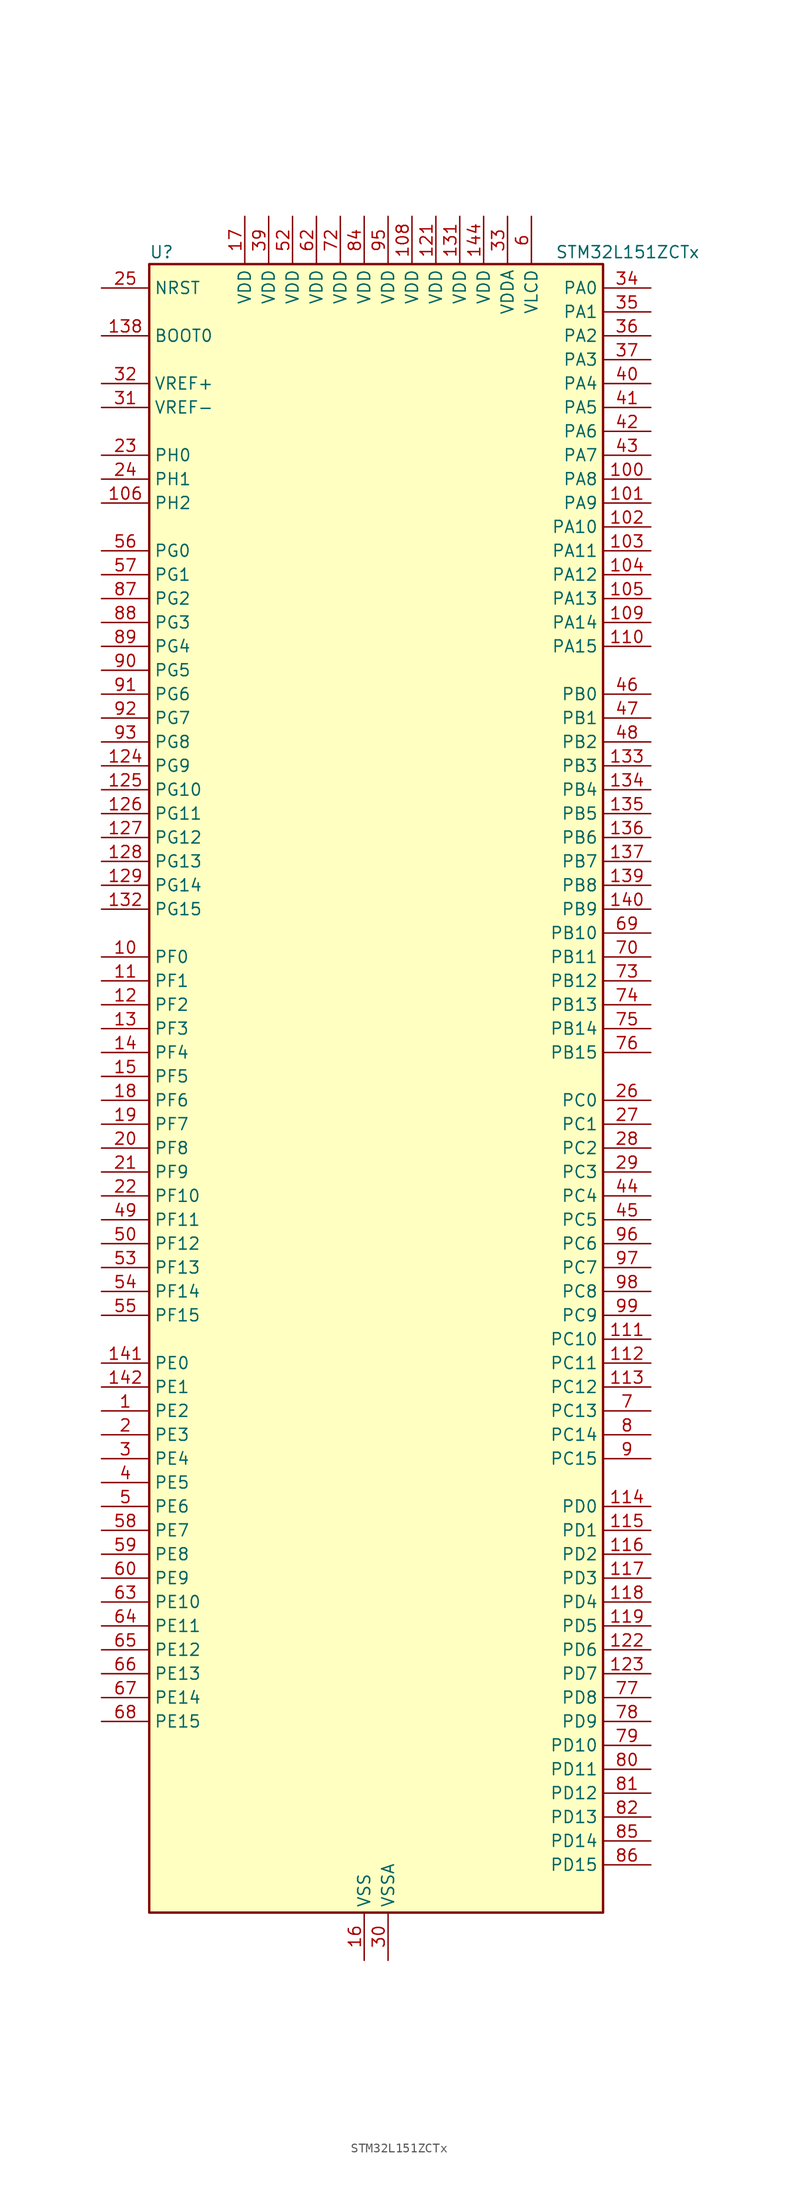
<source format=kicad_sym>
(kicad_symbol_lib
  (version 20231120)
  (generator "kicad-library-utils")
  (generator_version "8.0")
  (symbol "STM32L151ZCTx"
    (property "Reference" "U"
      (at -22.86 90.17 0)
      (effects (font (size 1.27 1.27)) (justify left)))
    (property "Value" "STM32L151ZCTx"
      (at 20.32 90.17 0)
      (effects (font (size 1.27 1.27)) (justify left)))
    (symbol "STM32L151ZCTx_0_1"
      (rectangle (start -22.86 -86.36) (end 25.4 88.9) (stroke (width 0.254) (type default)) (fill (type background))))
    (symbol "STM32L151ZCTx_1_1"
      (pin bidirectional line (at -27.94 -33.02 0) (length 5.08) (name "PE2" (effects (font (size 1.27 1.27)))) (number "1" (effects (font (size 1.27 1.27)))) (alternate "SYS_TRACECK" bidirectional line) (alternate "TIM3_ETR" bidirectional line) (alternate "TIMX_IC3" bidirectional line))
      (pin bidirectional line (at -27.94 15.24 0) (length 5.08) (name "PF0" (effects (font (size 1.27 1.27)))) (number "10" (effects (font (size 1.27 1.27)))))
      (pin bidirectional line (at 30.48 66.04 180) (length 5.08) (name "PA8" (effects (font (size 1.27 1.27)))) (number "100" (effects (font (size 1.27 1.27)))) (alternate "RCC_MCO" bidirectional line) (alternate "TIMX_IC1" bidirectional line) (alternate "TS_G4_IO1" bidirectional line) (alternate "USART1_CK" bidirectional line))
      (pin bidirectional line (at 30.48 63.5 180) (length 5.08) (name "PA9" (effects (font (size 1.27 1.27)))) (number "101" (effects (font (size 1.27 1.27)))) (alternate "DAC_EXTI9" bidirectional line) (alternate "TIMX_IC2" bidirectional line) (alternate "TS_G4_IO2" bidirectional line) (alternate "USART1_TX" bidirectional line))
      (pin bidirectional line (at 30.48 60.96 180) (length 5.08) (name "PA10" (effects (font (size 1.27 1.27)))) (number "102" (effects (font (size 1.27 1.27)))) (alternate "TIMX_IC3" bidirectional line) (alternate "TS_G4_IO3" bidirectional line) (alternate "USART1_RX" bidirectional line))
      (pin bidirectional line (at 30.48 58.42 180) (length 5.08) (name "PA11" (effects (font (size 1.27 1.27)))) (number "103" (effects (font (size 1.27 1.27)))) (alternate "ADC_EXTI11" bidirectional line) (alternate "SPI1_MISO" bidirectional line) (alternate "TIMX_IC4" bidirectional line) (alternate "USART1_CTS" bidirectional line) (alternate "USB_DM" bidirectional line))
      (pin bidirectional line (at 30.48 55.88 180) (length 5.08) (name "PA12" (effects (font (size 1.27 1.27)))) (number "104" (effects (font (size 1.27 1.27)))) (alternate "SPI1_MOSI" bidirectional line) (alternate "TIMX_IC1" bidirectional line) (alternate "USART1_RTS" bidirectional line) (alternate "USB_DP" bidirectional line))
      (pin bidirectional line (at 30.48 53.34 180) (length 5.08) (name "PA13" (effects (font (size 1.27 1.27)))) (number "105" (effects (font (size 1.27 1.27)))) (alternate "SYS_JTMS-SWDIO" bidirectional line) (alternate "TIMX_IC2" bidirectional line) (alternate "TS_G5_IO1" bidirectional line))
      (pin bidirectional line (at -27.94 63.5 0) (length 5.08) (name "PH2" (effects (font (size 1.27 1.27)))) (number "106" (effects (font (size 1.27 1.27)))))
      (pin passive line (at 0 -91.44 90) (length 5.08) hide (name "VSS" (effects (font (size 1.27 1.27)))) (number "107" (effects (font (size 1.27 1.27)))))
      (pin power_in line (at 5.08 93.98 270) (length 5.08) (name "VDD" (effects (font (size 1.27 1.27)))) (number "108" (effects (font (size 1.27 1.27)))))
      (pin bidirectional line (at 30.48 50.8 180) (length 5.08) (name "PA14" (effects (font (size 1.27 1.27)))) (number "109" (effects (font (size 1.27 1.27)))) (alternate "SYS_JTCK-SWCLK" bidirectional line) (alternate "TIMX_IC3" bidirectional line) (alternate "TS_G5_IO2" bidirectional line))
      (pin bidirectional line (at -27.94 12.7 0) (length 5.08) (name "PF1" (effects (font (size 1.27 1.27)))) (number "11" (effects (font (size 1.27 1.27)))))
      (pin bidirectional line (at 30.48 48.26 180) (length 5.08) (name "PA15" (effects (font (size 1.27 1.27)))) (number "110" (effects (font (size 1.27 1.27)))) (alternate "ADC_EXTI15" bidirectional line) (alternate "I2S3_WS" bidirectional line) (alternate "SPI1_NSS" bidirectional line) (alternate "SPI3_NSS" bidirectional line) (alternate "SYS_JTDI" bidirectional line) (alternate "TIM2_CH1" bidirectional line) (alternate "TIM2_ETR" bidirectional line) (alternate "TIMX_IC4" bidirectional line) (alternate "TS_G5_IO3" bidirectional line))
      (pin bidirectional line (at 30.48 -25.4 180) (length 5.08) (name "PC10" (effects (font (size 1.27 1.27)))) (number "111" (effects (font (size 1.27 1.27)))) (alternate "I2S3_CK" bidirectional line) (alternate "SPI3_SCK" bidirectional line) (alternate "TIMX_IC3" bidirectional line) (alternate "USART3_TX" bidirectional line))
      (pin bidirectional line (at 30.48 -27.94 180) (length 5.08) (name "PC11" (effects (font (size 1.27 1.27)))) (number "112" (effects (font (size 1.27 1.27)))) (alternate "ADC_EXTI11" bidirectional line) (alternate "SPI3_MISO" bidirectional line) (alternate "TIMX_IC4" bidirectional line) (alternate "USART3_RX" bidirectional line))
      (pin bidirectional line (at 30.48 -30.48 180) (length 5.08) (name "PC12" (effects (font (size 1.27 1.27)))) (number "113" (effects (font (size 1.27 1.27)))) (alternate "I2S3_SD" bidirectional line) (alternate "SPI3_MOSI" bidirectional line) (alternate "TIMX_IC1" bidirectional line) (alternate "USART3_CK" bidirectional line))
      (pin bidirectional line (at 30.48 -43.18 180) (length 5.08) (name "PD0" (effects (font (size 1.27 1.27)))) (number "114" (effects (font (size 1.27 1.27)))) (alternate "I2S2_WS" bidirectional line) (alternate "SPI2_NSS" bidirectional line) (alternate "TIM9_CH1" bidirectional line) (alternate "TIMX_IC1" bidirectional line))
      (pin bidirectional line (at 30.48 -45.72 180) (length 5.08) (name "PD1" (effects (font (size 1.27 1.27)))) (number "115" (effects (font (size 1.27 1.27)))) (alternate "I2S2_CK" bidirectional line) (alternate "SPI2_SCK" bidirectional line) (alternate "TIMX_IC2" bidirectional line))
      (pin bidirectional line (at 30.48 -48.26 180) (length 5.08) (name "PD2" (effects (font (size 1.27 1.27)))) (number "116" (effects (font (size 1.27 1.27)))) (alternate "TIM3_ETR" bidirectional line) (alternate "TIMX_IC3" bidirectional line))
      (pin bidirectional line (at 30.48 -50.8 180) (length 5.08) (name "PD3" (effects (font (size 1.27 1.27)))) (number "117" (effects (font (size 1.27 1.27)))) (alternate "SPI2_MISO" bidirectional line) (alternate "TIMX_IC4" bidirectional line) (alternate "USART2_CTS" bidirectional line))
      (pin bidirectional line (at 30.48 -53.34 180) (length 5.08) (name "PD4" (effects (font (size 1.27 1.27)))) (number "118" (effects (font (size 1.27 1.27)))) (alternate "I2S2_SD" bidirectional line) (alternate "SPI2_MOSI" bidirectional line) (alternate "TIMX_IC1" bidirectional line) (alternate "USART2_RTS" bidirectional line))
      (pin bidirectional line (at 30.48 -55.88 180) (length 5.08) (name "PD5" (effects (font (size 1.27 1.27)))) (number "119" (effects (font (size 1.27 1.27)))) (alternate "TIMX_IC2" bidirectional line) (alternate "USART2_TX" bidirectional line))
      (pin bidirectional line (at -27.94 10.16 0) (length 5.08) (name "PF2" (effects (font (size 1.27 1.27)))) (number "12" (effects (font (size 1.27 1.27)))))
      (pin passive line (at 0 -91.44 90) (length 5.08) hide (name "VSS" (effects (font (size 1.27 1.27)))) (number "120" (effects (font (size 1.27 1.27)))))
      (pin power_in line (at 7.62 93.98 270) (length 5.08) (name "VDD" (effects (font (size 1.27 1.27)))) (number "121" (effects (font (size 1.27 1.27)))))
      (pin bidirectional line (at 30.48 -58.42 180) (length 5.08) (name "PD6" (effects (font (size 1.27 1.27)))) (number "122" (effects (font (size 1.27 1.27)))) (alternate "TIMX_IC3" bidirectional line) (alternate "USART2_RX" bidirectional line))
      (pin bidirectional line (at 30.48 -60.96 180) (length 5.08) (name "PD7" (effects (font (size 1.27 1.27)))) (number "123" (effects (font (size 1.27 1.27)))) (alternate "TIM9_CH2" bidirectional line) (alternate "TIMX_IC4" bidirectional line) (alternate "USART2_CK" bidirectional line))
      (pin bidirectional line (at -27.94 35.56 0) (length 5.08) (name "PG9" (effects (font (size 1.27 1.27)))) (number "124" (effects (font (size 1.27 1.27)))) (alternate "DAC_EXTI9" bidirectional line))
      (pin bidirectional line (at -27.94 33.02 0) (length 5.08) (name "PG10" (effects (font (size 1.27 1.27)))) (number "125" (effects (font (size 1.27 1.27)))))
      (pin bidirectional line (at -27.94 30.48 0) (length 5.08) (name "PG11" (effects (font (size 1.27 1.27)))) (number "126" (effects (font (size 1.27 1.27)))) (alternate "ADC_EXTI11" bidirectional line))
      (pin bidirectional line (at -27.94 27.94 0) (length 5.08) (name "PG12" (effects (font (size 1.27 1.27)))) (number "127" (effects (font (size 1.27 1.27)))))
      (pin bidirectional line (at -27.94 25.4 0) (length 5.08) (name "PG13" (effects (font (size 1.27 1.27)))) (number "128" (effects (font (size 1.27 1.27)))))
      (pin bidirectional line (at -27.94 22.86 0) (length 5.08) (name "PG14" (effects (font (size 1.27 1.27)))) (number "129" (effects (font (size 1.27 1.27)))))
      (pin bidirectional line (at -27.94 7.62 0) (length 5.08) (name "PF3" (effects (font (size 1.27 1.27)))) (number "13" (effects (font (size 1.27 1.27)))))
      (pin passive line (at 0 -91.44 90) (length 5.08) hide (name "VSS" (effects (font (size 1.27 1.27)))) (number "130" (effects (font (size 1.27 1.27)))))
      (pin power_in line (at 10.16 93.98 270) (length 5.08) (name "VDD" (effects (font (size 1.27 1.27)))) (number "131" (effects (font (size 1.27 1.27)))))
      (pin bidirectional line (at -27.94 20.32 0) (length 5.08) (name "PG15" (effects (font (size 1.27 1.27)))) (number "132" (effects (font (size 1.27 1.27)))) (alternate "ADC_EXTI15" bidirectional line))
      (pin bidirectional line (at 30.48 35.56 180) (length 5.08) (name "PB3" (effects (font (size 1.27 1.27)))) (number "133" (effects (font (size 1.27 1.27)))) (alternate "COMP2_INM" bidirectional line) (alternate "I2S3_CK" bidirectional line) (alternate "SPI1_SCK" bidirectional line) (alternate "SPI3_SCK" bidirectional line) (alternate "SYS_JTDO-TRACESWO" bidirectional line) (alternate "TIM2_CH2" bidirectional line))
      (pin bidirectional line (at 30.48 33.02 180) (length 5.08) (name "PB4" (effects (font (size 1.27 1.27)))) (number "134" (effects (font (size 1.27 1.27)))) (alternate "COMP2_INP" bidirectional line) (alternate "SPI1_MISO" bidirectional line) (alternate "SPI3_MISO" bidirectional line) (alternate "SYS_JTRST" bidirectional line) (alternate "TIM3_CH1" bidirectional line) (alternate "TS_G6_IO1" bidirectional line))
      (pin bidirectional line (at 30.48 30.48 180) (length 5.08) (name "PB5" (effects (font (size 1.27 1.27)))) (number "135" (effects (font (size 1.27 1.27)))) (alternate "COMP2_INP" bidirectional line) (alternate "I2C1_SMBA" bidirectional line) (alternate "I2S3_SD" bidirectional line) (alternate "SPI1_MOSI" bidirectional line) (alternate "SPI3_MOSI" bidirectional line) (alternate "TIM3_CH2" bidirectional line) (alternate "TS_G6_IO2" bidirectional line))
      (pin bidirectional line (at 30.48 27.94 180) (length 5.08) (name "PB6" (effects (font (size 1.27 1.27)))) (number "136" (effects (font (size 1.27 1.27)))) (alternate "COMP2_INP" bidirectional line) (alternate "I2C1_SCL" bidirectional line) (alternate "TIM4_CH1" bidirectional line) (alternate "TS_G6_IO3" bidirectional line) (alternate "USART1_TX" bidirectional line))
      (pin bidirectional line (at 30.48 25.4 180) (length 5.08) (name "PB7" (effects (font (size 1.27 1.27)))) (number "137" (effects (font (size 1.27 1.27)))) (alternate "COMP2_INP" bidirectional line) (alternate "I2C1_SDA" bidirectional line) (alternate "SYS_PVD_IN" bidirectional line) (alternate "TIM4_CH2" bidirectional line) (alternate "TS_G6_IO4" bidirectional line) (alternate "USART1_RX" bidirectional line))
      (pin input line (at -27.94 81.28 0) (length 5.08) (name "BOOT0" (effects (font (size 1.27 1.27)))) (number "138" (effects (font (size 1.27 1.27)))))
      (pin bidirectional line (at 30.48 22.86 180) (length 5.08) (name "PB8" (effects (font (size 1.27 1.27)))) (number "139" (effects (font (size 1.27 1.27)))) (alternate "I2C1_SCL" bidirectional line) (alternate "TIM10_CH1" bidirectional line) (alternate "TIM4_CH3" bidirectional line))
      (pin bidirectional line (at -27.94 5.08 0) (length 5.08) (name "PF4" (effects (font (size 1.27 1.27)))) (number "14" (effects (font (size 1.27 1.27)))))
      (pin bidirectional line (at 30.48 20.32 180) (length 5.08) (name "PB9" (effects (font (size 1.27 1.27)))) (number "140" (effects (font (size 1.27 1.27)))) (alternate "DAC_EXTI9" bidirectional line) (alternate "I2C1_SDA" bidirectional line) (alternate "TIM11_CH1" bidirectional line) (alternate "TIM4_CH4" bidirectional line))
      (pin bidirectional line (at -27.94 -27.94 0) (length 5.08) (name "PE0" (effects (font (size 1.27 1.27)))) (number "141" (effects (font (size 1.27 1.27)))) (alternate "TIM10_CH1" bidirectional line) (alternate "TIM4_ETR" bidirectional line) (alternate "TIMX_IC1" bidirectional line))
      (pin bidirectional line (at -27.94 -30.48 0) (length 5.08) (name "PE1" (effects (font (size 1.27 1.27)))) (number "142" (effects (font (size 1.27 1.27)))) (alternate "TIM11_CH1" bidirectional line) (alternate "TIMX_IC2" bidirectional line))
      (pin passive line (at 0 -91.44 90) (length 5.08) hide (name "VSS" (effects (font (size 1.27 1.27)))) (number "143" (effects (font (size 1.27 1.27)))))
      (pin power_in line (at 12.7 93.98 270) (length 5.08) (name "VDD" (effects (font (size 1.27 1.27)))) (number "144" (effects (font (size 1.27 1.27)))))
      (pin bidirectional line (at -27.94 2.54 0) (length 5.08) (name "PF5" (effects (font (size 1.27 1.27)))) (number "15" (effects (font (size 1.27 1.27)))))
      (pin power_in line (at 0 -91.44 90) (length 5.08) (name "VSS" (effects (font (size 1.27 1.27)))) (number "16" (effects (font (size 1.27 1.27)))))
      (pin power_in line (at -12.7 93.98 270) (length 5.08) (name "VDD" (effects (font (size 1.27 1.27)))) (number "17" (effects (font (size 1.27 1.27)))))
      (pin bidirectional line (at -27.94 0 0) (length 5.08) (name "PF6" (effects (font (size 1.27 1.27)))) (number "18" (effects (font (size 1.27 1.27)))) (alternate "ADC_IN27" bidirectional line) (alternate "TIM5_CH1" bidirectional line) (alternate "TIM5_ETR" bidirectional line) (alternate "TS_G11_IO1" bidirectional line))
      (pin bidirectional line (at -27.94 -2.54 0) (length 5.08) (name "PF7" (effects (font (size 1.27 1.27)))) (number "19" (effects (font (size 1.27 1.27)))) (alternate "ADC_IN28" bidirectional line) (alternate "COMP1_INP" bidirectional line) (alternate "TIM5_CH2" bidirectional line) (alternate "TS_G11_IO2" bidirectional line))
      (pin bidirectional line (at -27.94 -35.56 0) (length 5.08) (name "PE3" (effects (font (size 1.27 1.27)))) (number "2" (effects (font (size 1.27 1.27)))) (alternate "SYS_TRACED0" bidirectional line) (alternate "TIM3_CH1" bidirectional line) (alternate "TIMX_IC4" bidirectional line))
      (pin bidirectional line (at -27.94 -5.08 0) (length 5.08) (name "PF8" (effects (font (size 1.27 1.27)))) (number "20" (effects (font (size 1.27 1.27)))) (alternate "ADC_IN29" bidirectional line) (alternate "COMP1_INP" bidirectional line) (alternate "TIM5_CH3" bidirectional line) (alternate "TS_G11_IO3" bidirectional line))
      (pin bidirectional line (at -27.94 -7.62 0) (length 5.08) (name "PF9" (effects (font (size 1.27 1.27)))) (number "21" (effects (font (size 1.27 1.27)))) (alternate "ADC_IN30" bidirectional line) (alternate "COMP1_INP" bidirectional line) (alternate "DAC_EXTI9" bidirectional line) (alternate "TIM5_CH4" bidirectional line) (alternate "TS_G11_IO4" bidirectional line))
      (pin bidirectional line (at -27.94 -10.16 0) (length 5.08) (name "PF10" (effects (font (size 1.27 1.27)))) (number "22" (effects (font (size 1.27 1.27)))) (alternate "ADC_IN31" bidirectional line) (alternate "COMP1_INP" bidirectional line) (alternate "TS_G11_IO5" bidirectional line))
      (pin bidirectional line (at -27.94 68.58 0) (length 5.08) (name "PH0" (effects (font (size 1.27 1.27)))) (number "23" (effects (font (size 1.27 1.27)))) (alternate "RCC_OSC_IN" bidirectional line))
      (pin bidirectional line (at -27.94 66.04 0) (length 5.08) (name "PH1" (effects (font (size 1.27 1.27)))) (number "24" (effects (font (size 1.27 1.27)))) (alternate "RCC_OSC_OUT" bidirectional line))
      (pin input line (at -27.94 86.36 0) (length 5.08) (name "NRST" (effects (font (size 1.27 1.27)))) (number "25" (effects (font (size 1.27 1.27)))))
      (pin bidirectional line (at 30.48 0 180) (length 5.08) (name "PC0" (effects (font (size 1.27 1.27)))) (number "26" (effects (font (size 1.27 1.27)))) (alternate "ADC_IN10" bidirectional line) (alternate "COMP1_INP" bidirectional line) (alternate "TIMX_IC1" bidirectional line) (alternate "TS_G8_IO1" bidirectional line))
      (pin bidirectional line (at 30.48 -2.54 180) (length 5.08) (name "PC1" (effects (font (size 1.27 1.27)))) (number "27" (effects (font (size 1.27 1.27)))) (alternate "ADC_IN11" bidirectional line) (alternate "COMP1_INP" bidirectional line) (alternate "TIMX_IC2" bidirectional line) (alternate "TS_G8_IO2" bidirectional line))
      (pin bidirectional line (at 30.48 -5.08 180) (length 5.08) (name "PC2" (effects (font (size 1.27 1.27)))) (number "28" (effects (font (size 1.27 1.27)))) (alternate "ADC_IN12" bidirectional line) (alternate "COMP1_INP" bidirectional line) (alternate "TIMX_IC3" bidirectional line) (alternate "TS_G8_IO3" bidirectional line))
      (pin bidirectional line (at 30.48 -7.62 180) (length 5.08) (name "PC3" (effects (font (size 1.27 1.27)))) (number "29" (effects (font (size 1.27 1.27)))) (alternate "ADC_IN13" bidirectional line) (alternate "COMP1_INP" bidirectional line) (alternate "TIMX_IC4" bidirectional line) (alternate "TS_G8_IO4" bidirectional line))
      (pin bidirectional line (at -27.94 -38.1 0) (length 5.08) (name "PE4" (effects (font (size 1.27 1.27)))) (number "3" (effects (font (size 1.27 1.27)))) (alternate "SYS_TRACED1" bidirectional line) (alternate "TIM3_CH2" bidirectional line) (alternate "TIMX_IC1" bidirectional line))
      (pin power_in line (at 2.54 -91.44 90) (length 5.08) (name "VSSA" (effects (font (size 1.27 1.27)))) (number "30" (effects (font (size 1.27 1.27)))))
      (pin input line (at -27.94 73.66 0) (length 5.08) (name "VREF-" (effects (font (size 1.27 1.27)))) (number "31" (effects (font (size 1.27 1.27)))))
      (pin input line (at -27.94 76.2 0) (length 5.08) (name "VREF+" (effects (font (size 1.27 1.27)))) (number "32" (effects (font (size 1.27 1.27)))))
      (pin power_in line (at 15.24 93.98 270) (length 5.08) (name "VDDA" (effects (font (size 1.27 1.27)))) (number "33" (effects (font (size 1.27 1.27)))))
      (pin bidirectional line (at 30.48 86.36 180) (length 5.08) (name "PA0" (effects (font (size 1.27 1.27)))) (number "34" (effects (font (size 1.27 1.27)))) (alternate "ADC_IN0" bidirectional line) (alternate "COMP1_INP" bidirectional line) (alternate "RTC_TAMP2" bidirectional line) (alternate "SYS_WKUP1" bidirectional line) (alternate "TIM2_CH1" bidirectional line) (alternate "TIM2_ETR" bidirectional line) (alternate "TIM5_CH1" bidirectional line) (alternate "TIMX_IC1" bidirectional line) (alternate "TS_G1_IO1" bidirectional line) (alternate "USART2_CTS" bidirectional line))
      (pin bidirectional line (at 30.48 83.82 180) (length 5.08) (name "PA1" (effects (font (size 1.27 1.27)))) (number "35" (effects (font (size 1.27 1.27)))) (alternate "ADC_IN1" bidirectional line) (alternate "COMP1_INP" bidirectional line) (alternate "OPAMP1_VINP" bidirectional line) (alternate "TIM2_CH2" bidirectional line) (alternate "TIM5_CH2" bidirectional line) (alternate "TIMX_IC2" bidirectional line) (alternate "TS_G1_IO2" bidirectional line) (alternate "USART2_RTS" bidirectional line))
      (pin bidirectional line (at 30.48 81.28 180) (length 5.08) (name "PA2" (effects (font (size 1.27 1.27)))) (number "36" (effects (font (size 1.27 1.27)))) (alternate "ADC_IN2" bidirectional line) (alternate "COMP1_INP" bidirectional line) (alternate "OPAMP1_VINM" bidirectional line) (alternate "TIM2_CH3" bidirectional line) (alternate "TIM5_CH3" bidirectional line) (alternate "TIM9_CH1" bidirectional line) (alternate "TIMX_IC3" bidirectional line) (alternate "TS_G1_IO3" bidirectional line) (alternate "USART2_TX" bidirectional line))
      (pin bidirectional line (at 30.48 78.74 180) (length 5.08) (name "PA3" (effects (font (size 1.27 1.27)))) (number "37" (effects (font (size 1.27 1.27)))) (alternate "ADC_IN3" bidirectional line) (alternate "COMP1_INP" bidirectional line) (alternate "OPAMP1_VOUT" bidirectional line) (alternate "TIM2_CH4" bidirectional line) (alternate "TIM5_CH4" bidirectional line) (alternate "TIM9_CH2" bidirectional line) (alternate "TIMX_IC4" bidirectional line) (alternate "TS_G1_IO4" bidirectional line) (alternate "USART2_RX" bidirectional line))
      (pin passive line (at 0 -91.44 90) (length 5.08) hide (name "VSS" (effects (font (size 1.27 1.27)))) (number "38" (effects (font (size 1.27 1.27)))))
      (pin power_in line (at -10.16 93.98 270) (length 5.08) (name "VDD" (effects (font (size 1.27 1.27)))) (number "39" (effects (font (size 1.27 1.27)))))
      (pin bidirectional line (at -27.94 -40.64 0) (length 5.08) (name "PE5" (effects (font (size 1.27 1.27)))) (number "4" (effects (font (size 1.27 1.27)))) (alternate "SYS_TRACED2" bidirectional line) (alternate "TIM9_CH1" bidirectional line) (alternate "TIMX_IC2" bidirectional line))
      (pin bidirectional line (at 30.48 76.2 180) (length 5.08) (name "PA4" (effects (font (size 1.27 1.27)))) (number "40" (effects (font (size 1.27 1.27)))) (alternate "ADC_IN4" bidirectional line) (alternate "COMP1_INP" bidirectional line) (alternate "DAC_OUT1" bidirectional line) (alternate "I2S3_WS" bidirectional line) (alternate "SPI1_NSS" bidirectional line) (alternate "SPI3_NSS" bidirectional line) (alternate "TIMX_IC1" bidirectional line) (alternate "USART2_CK" bidirectional line))
      (pin bidirectional line (at 30.48 73.66 180) (length 5.08) (name "PA5" (effects (font (size 1.27 1.27)))) (number "41" (effects (font (size 1.27 1.27)))) (alternate "ADC_IN5" bidirectional line) (alternate "COMP1_INP" bidirectional line) (alternate "DAC_OUT2" bidirectional line) (alternate "SPI1_SCK" bidirectional line) (alternate "TIM2_CH1" bidirectional line) (alternate "TIM2_ETR" bidirectional line) (alternate "TIMX_IC2" bidirectional line))
      (pin bidirectional line (at 30.48 71.12 180) (length 5.08) (name "PA6" (effects (font (size 1.27 1.27)))) (number "42" (effects (font (size 1.27 1.27)))) (alternate "ADC_IN6" bidirectional line) (alternate "COMP1_INP" bidirectional line) (alternate "OPAMP2_VINP" bidirectional line) (alternate "SPI1_MISO" bidirectional line) (alternate "TIM10_CH1" bidirectional line) (alternate "TIM3_CH1" bidirectional line) (alternate "TIMX_IC3" bidirectional line) (alternate "TS_G2_IO1" bidirectional line))
      (pin bidirectional line (at 30.48 68.58 180) (length 5.08) (name "PA7" (effects (font (size 1.27 1.27)))) (number "43" (effects (font (size 1.27 1.27)))) (alternate "ADC_IN7" bidirectional line) (alternate "COMP1_INP" bidirectional line) (alternate "OPAMP2_VINM" bidirectional line) (alternate "SPI1_MOSI" bidirectional line) (alternate "TIM11_CH1" bidirectional line) (alternate "TIM3_CH2" bidirectional line) (alternate "TIMX_IC4" bidirectional line) (alternate "TS_G2_IO2" bidirectional line))
      (pin bidirectional line (at 30.48 -10.16 180) (length 5.08) (name "PC4" (effects (font (size 1.27 1.27)))) (number "44" (effects (font (size 1.27 1.27)))) (alternate "ADC_IN14" bidirectional line) (alternate "COMP1_INP" bidirectional line) (alternate "TIMX_IC1" bidirectional line) (alternate "TS_G9_IO1" bidirectional line))
      (pin bidirectional line (at 30.48 -12.7 180) (length 5.08) (name "PC5" (effects (font (size 1.27 1.27)))) (number "45" (effects (font (size 1.27 1.27)))) (alternate "ADC_IN15" bidirectional line) (alternate "COMP1_INP" bidirectional line) (alternate "TIMX_IC2" bidirectional line) (alternate "TS_G9_IO2" bidirectional line))
      (pin bidirectional line (at 30.48 43.18 180) (length 5.08) (name "PB0" (effects (font (size 1.27 1.27)))) (number "46" (effects (font (size 1.27 1.27)))) (alternate "ADC_IN8" bidirectional line) (alternate "COMP1_INP" bidirectional line) (alternate "OPAMP2_VOUT" bidirectional line) (alternate "SYS_V_REF_OUT" bidirectional line) (alternate "TIM3_CH3" bidirectional line) (alternate "TS_G3_IO1" bidirectional line))
      (pin bidirectional line (at 30.48 40.64 180) (length 5.08) (name "PB1" (effects (font (size 1.27 1.27)))) (number "47" (effects (font (size 1.27 1.27)))) (alternate "ADC_IN9" bidirectional line) (alternate "COMP1_INP" bidirectional line) (alternate "SYS_V_REF_OUT" bidirectional line) (alternate "TIM3_CH4" bidirectional line) (alternate "TS_G3_IO2" bidirectional line))
      (pin bidirectional line (at 30.48 38.1 180) (length 5.08) (name "PB2" (effects (font (size 1.27 1.27)))) (number "48" (effects (font (size 1.27 1.27)))) (alternate "ADC_IN0b" bidirectional line) (alternate "TS_G3_IO3" bidirectional line))
      (pin bidirectional line (at -27.94 -12.7 0) (length 5.08) (name "PF11" (effects (font (size 1.27 1.27)))) (number "49" (effects (font (size 1.27 1.27)))) (alternate "ADC_EXTI11" bidirectional line) (alternate "ADC_IN1b" bidirectional line) (alternate "TS_G3_IO4" bidirectional line))
      (pin bidirectional line (at -27.94 -43.18 0) (length 5.08) (name "PE6" (effects (font (size 1.27 1.27)))) (number "5" (effects (font (size 1.27 1.27)))) (alternate "RTC_TAMP3" bidirectional line) (alternate "SYS_TRACED3" bidirectional line) (alternate "SYS_WKUP3" bidirectional line) (alternate "TIM9_CH2" bidirectional line) (alternate "TIMX_IC3" bidirectional line))
      (pin bidirectional line (at -27.94 -15.24 0) (length 5.08) (name "PF12" (effects (font (size 1.27 1.27)))) (number "50" (effects (font (size 1.27 1.27)))) (alternate "ADC_IN2b" bidirectional line) (alternate "TS_G3_IO5" bidirectional line))
      (pin passive line (at 0 -91.44 90) (length 5.08) hide (name "VSS" (effects (font (size 1.27 1.27)))) (number "51" (effects (font (size 1.27 1.27)))))
      (pin power_in line (at -7.62 93.98 270) (length 5.08) (name "VDD" (effects (font (size 1.27 1.27)))) (number "52" (effects (font (size 1.27 1.27)))))
      (pin bidirectional line (at -27.94 -17.78 0) (length 5.08) (name "PF13" (effects (font (size 1.27 1.27)))) (number "53" (effects (font (size 1.27 1.27)))) (alternate "ADC_IN3b" bidirectional line) (alternate "TS_G9_IO3" bidirectional line))
      (pin bidirectional line (at -27.94 -20.32 0) (length 5.08) (name "PF14" (effects (font (size 1.27 1.27)))) (number "54" (effects (font (size 1.27 1.27)))) (alternate "ADC_IN6b" bidirectional line) (alternate "TS_G9_IO4" bidirectional line))
      (pin bidirectional line (at -27.94 -22.86 0) (length 5.08) (name "PF15" (effects (font (size 1.27 1.27)))) (number "55" (effects (font (size 1.27 1.27)))) (alternate "ADC_EXTI15" bidirectional line) (alternate "ADC_IN7b" bidirectional line) (alternate "TS_G2_IO3" bidirectional line))
      (pin bidirectional line (at -27.94 58.42 0) (length 5.08) (name "PG0" (effects (font (size 1.27 1.27)))) (number "56" (effects (font (size 1.27 1.27)))) (alternate "ADC_IN8b" bidirectional line) (alternate "TS_G2_IO4" bidirectional line))
      (pin bidirectional line (at -27.94 55.88 0) (length 5.08) (name "PG1" (effects (font (size 1.27 1.27)))) (number "57" (effects (font (size 1.27 1.27)))) (alternate "ADC_IN9b" bidirectional line) (alternate "TS_G2_IO5" bidirectional line))
      (pin bidirectional line (at -27.94 -45.72 0) (length 5.08) (name "PE7" (effects (font (size 1.27 1.27)))) (number "58" (effects (font (size 1.27 1.27)))) (alternate "ADC_IN22" bidirectional line) (alternate "COMP1_INP" bidirectional line) (alternate "TIMX_IC4" bidirectional line))
      (pin bidirectional line (at -27.94 -48.26 0) (length 5.08) (name "PE8" (effects (font (size 1.27 1.27)))) (number "59" (effects (font (size 1.27 1.27)))) (alternate "ADC_IN23" bidirectional line) (alternate "COMP1_INP" bidirectional line) (alternate "TIMX_IC1" bidirectional line))
      (pin power_in line (at 17.78 93.98 270) (length 5.08) (name "VLCD" (effects (font (size 1.27 1.27)))) (number "6" (effects (font (size 1.27 1.27)))))
      (pin bidirectional line (at -27.94 -50.8 0) (length 5.08) (name "PE9" (effects (font (size 1.27 1.27)))) (number "60" (effects (font (size 1.27 1.27)))) (alternate "ADC_IN24" bidirectional line) (alternate "COMP1_INP" bidirectional line) (alternate "DAC_EXTI9" bidirectional line) (alternate "TIM2_CH1" bidirectional line) (alternate "TIM2_ETR" bidirectional line) (alternate "TIMX_IC2" bidirectional line))
      (pin passive line (at 0 -91.44 90) (length 5.08) hide (name "VSS" (effects (font (size 1.27 1.27)))) (number "61" (effects (font (size 1.27 1.27)))))
      (pin power_in line (at -5.08 93.98 270) (length 5.08) (name "VDD" (effects (font (size 1.27 1.27)))) (number "62" (effects (font (size 1.27 1.27)))))
      (pin bidirectional line (at -27.94 -53.34 0) (length 5.08) (name "PE10" (effects (font (size 1.27 1.27)))) (number "63" (effects (font (size 1.27 1.27)))) (alternate "ADC_IN25" bidirectional line) (alternate "COMP1_INP" bidirectional line) (alternate "TIM2_CH2" bidirectional line) (alternate "TIMX_IC3" bidirectional line))
      (pin bidirectional line (at -27.94 -55.88 0) (length 5.08) (name "PE11" (effects (font (size 1.27 1.27)))) (number "64" (effects (font (size 1.27 1.27)))) (alternate "ADC_EXTI11" bidirectional line) (alternate "TIM2_CH3" bidirectional line) (alternate "TIMX_IC4" bidirectional line))
      (pin bidirectional line (at -27.94 -58.42 0) (length 5.08) (name "PE12" (effects (font (size 1.27 1.27)))) (number "65" (effects (font (size 1.27 1.27)))) (alternate "SPI1_NSS" bidirectional line) (alternate "TIM2_CH4" bidirectional line) (alternate "TIMX_IC1" bidirectional line))
      (pin bidirectional line (at -27.94 -60.96 0) (length 5.08) (name "PE13" (effects (font (size 1.27 1.27)))) (number "66" (effects (font (size 1.27 1.27)))) (alternate "SPI1_SCK" bidirectional line) (alternate "TIMX_IC2" bidirectional line))
      (pin bidirectional line (at -27.94 -63.5 0) (length 5.08) (name "PE14" (effects (font (size 1.27 1.27)))) (number "67" (effects (font (size 1.27 1.27)))) (alternate "SPI1_MISO" bidirectional line) (alternate "TIMX_IC3" bidirectional line))
      (pin bidirectional line (at -27.94 -66.04 0) (length 5.08) (name "PE15" (effects (font (size 1.27 1.27)))) (number "68" (effects (font (size 1.27 1.27)))) (alternate "ADC_EXTI15" bidirectional line) (alternate "SPI1_MOSI" bidirectional line) (alternate "TIMX_IC4" bidirectional line))
      (pin bidirectional line (at 30.48 17.78 180) (length 5.08) (name "PB10" (effects (font (size 1.27 1.27)))) (number "69" (effects (font (size 1.27 1.27)))) (alternate "I2C2_SCL" bidirectional line) (alternate "TIM2_CH3" bidirectional line) (alternate "USART3_TX" bidirectional line))
      (pin bidirectional line (at 30.48 -33.02 180) (length 5.08) (name "PC13" (effects (font (size 1.27 1.27)))) (number "7" (effects (font (size 1.27 1.27)))) (alternate "RTC_OUT_ALARM" bidirectional line) (alternate "RTC_OUT_CALIB" bidirectional line) (alternate "RTC_TAMP1" bidirectional line) (alternate "RTC_TS" bidirectional line) (alternate "SYS_WKUP2" bidirectional line) (alternate "TIMX_IC2" bidirectional line))
      (pin bidirectional line (at 30.48 15.24 180) (length 5.08) (name "PB11" (effects (font (size 1.27 1.27)))) (number "70" (effects (font (size 1.27 1.27)))) (alternate "ADC_EXTI11" bidirectional line) (alternate "I2C2_SDA" bidirectional line) (alternate "TIM2_CH4" bidirectional line) (alternate "USART3_RX" bidirectional line))
      (pin passive line (at 0 -91.44 90) (length 5.08) hide (name "VSS" (effects (font (size 1.27 1.27)))) (number "71" (effects (font (size 1.27 1.27)))))
      (pin power_in line (at -2.54 93.98 270) (length 5.08) (name "VDD" (effects (font (size 1.27 1.27)))) (number "72" (effects (font (size 1.27 1.27)))))
      (pin bidirectional line (at 30.48 12.7 180) (length 5.08) (name "PB12" (effects (font (size 1.27 1.27)))) (number "73" (effects (font (size 1.27 1.27)))) (alternate "ADC_IN18" bidirectional line) (alternate "COMP1_INP" bidirectional line) (alternate "I2C2_SMBA" bidirectional line) (alternate "I2S2_WS" bidirectional line) (alternate "SPI2_NSS" bidirectional line) (alternate "TIM10_CH1" bidirectional line) (alternate "TS_G7_IO1" bidirectional line) (alternate "USART3_CK" bidirectional line))
      (pin bidirectional line (at 30.48 10.16 180) (length 5.08) (name "PB13" (effects (font (size 1.27 1.27)))) (number "74" (effects (font (size 1.27 1.27)))) (alternate "ADC_IN19" bidirectional line) (alternate "COMP1_INP" bidirectional line) (alternate "I2S2_CK" bidirectional line) (alternate "SPI2_SCK" bidirectional line) (alternate "TIM9_CH1" bidirectional line) (alternate "TS_G7_IO2" bidirectional line) (alternate "USART3_CTS" bidirectional line))
      (pin bidirectional line (at 30.48 7.62 180) (length 5.08) (name "PB14" (effects (font (size 1.27 1.27)))) (number "75" (effects (font (size 1.27 1.27)))) (alternate "ADC_IN20" bidirectional line) (alternate "COMP1_INP" bidirectional line) (alternate "SPI2_MISO" bidirectional line) (alternate "TIM9_CH2" bidirectional line) (alternate "TS_G7_IO3" bidirectional line) (alternate "USART3_RTS" bidirectional line))
      (pin bidirectional line (at 30.48 5.08 180) (length 5.08) (name "PB15" (effects (font (size 1.27 1.27)))) (number "76" (effects (font (size 1.27 1.27)))) (alternate "ADC_EXTI15" bidirectional line) (alternate "ADC_IN21" bidirectional line) (alternate "COMP1_INP" bidirectional line) (alternate "I2S2_SD" bidirectional line) (alternate "RTC_REFIN" bidirectional line) (alternate "SPI2_MOSI" bidirectional line) (alternate "TIM11_CH1" bidirectional line) (alternate "TS_G7_IO4" bidirectional line))
      (pin bidirectional line (at 30.48 -63.5 180) (length 5.08) (name "PD8" (effects (font (size 1.27 1.27)))) (number "77" (effects (font (size 1.27 1.27)))) (alternate "TIMX_IC1" bidirectional line) (alternate "USART3_TX" bidirectional line))
      (pin bidirectional line (at 30.48 -66.04 180) (length 5.08) (name "PD9" (effects (font (size 1.27 1.27)))) (number "78" (effects (font (size 1.27 1.27)))) (alternate "DAC_EXTI9" bidirectional line) (alternate "TIMX_IC2" bidirectional line) (alternate "USART3_RX" bidirectional line))
      (pin bidirectional line (at 30.48 -68.58 180) (length 5.08) (name "PD10" (effects (font (size 1.27 1.27)))) (number "79" (effects (font (size 1.27 1.27)))) (alternate "TIMX_IC3" bidirectional line) (alternate "USART3_CK" bidirectional line))
      (pin bidirectional line (at 30.48 -35.56 180) (length 5.08) (name "PC14" (effects (font (size 1.27 1.27)))) (number "8" (effects (font (size 1.27 1.27)))) (alternate "RCC_OSC32_IN" bidirectional line) (alternate "TIMX_IC3" bidirectional line))
      (pin bidirectional line (at 30.48 -71.12 180) (length 5.08) (name "PD11" (effects (font (size 1.27 1.27)))) (number "80" (effects (font (size 1.27 1.27)))) (alternate "ADC_EXTI11" bidirectional line) (alternate "TIMX_IC4" bidirectional line) (alternate "USART3_CTS" bidirectional line))
      (pin bidirectional line (at 30.48 -73.66 180) (length 5.08) (name "PD12" (effects (font (size 1.27 1.27)))) (number "81" (effects (font (size 1.27 1.27)))) (alternate "TIM4_CH1" bidirectional line) (alternate "TIMX_IC1" bidirectional line) (alternate "USART3_RTS" bidirectional line))
      (pin bidirectional line (at 30.48 -76.2 180) (length 5.08) (name "PD13" (effects (font (size 1.27 1.27)))) (number "82" (effects (font (size 1.27 1.27)))) (alternate "TIM4_CH2" bidirectional line) (alternate "TIMX_IC2" bidirectional line))
      (pin passive line (at 0 -91.44 90) (length 5.08) hide (name "VSS" (effects (font (size 1.27 1.27)))) (number "83" (effects (font (size 1.27 1.27)))))
      (pin power_in line (at 0 93.98 270) (length 5.08) (name "VDD" (effects (font (size 1.27 1.27)))) (number "84" (effects (font (size 1.27 1.27)))))
      (pin bidirectional line (at 30.48 -78.74 180) (length 5.08) (name "PD14" (effects (font (size 1.27 1.27)))) (number "85" (effects (font (size 1.27 1.27)))) (alternate "TIM4_CH3" bidirectional line) (alternate "TIMX_IC3" bidirectional line))
      (pin bidirectional line (at 30.48 -81.28 180) (length 5.08) (name "PD15" (effects (font (size 1.27 1.27)))) (number "86" (effects (font (size 1.27 1.27)))) (alternate "ADC_EXTI15" bidirectional line) (alternate "TIM4_CH4" bidirectional line) (alternate "TIMX_IC4" bidirectional line))
      (pin bidirectional line (at -27.94 53.34 0) (length 5.08) (name "PG2" (effects (font (size 1.27 1.27)))) (number "87" (effects (font (size 1.27 1.27)))) (alternate "ADC_IN10b" bidirectional line) (alternate "TS_G7_IO5" bidirectional line))
      (pin bidirectional line (at -27.94 50.8 0) (length 5.08) (name "PG3" (effects (font (size 1.27 1.27)))) (number "88" (effects (font (size 1.27 1.27)))) (alternate "ADC_IN11b" bidirectional line) (alternate "TS_G7_IO6" bidirectional line))
      (pin bidirectional line (at -27.94 48.26 0) (length 5.08) (name "PG4" (effects (font (size 1.27 1.27)))) (number "89" (effects (font (size 1.27 1.27)))) (alternate "ADC_IN12b" bidirectional line) (alternate "TS_G7_IO7" bidirectional line))
      (pin bidirectional line (at 30.48 -38.1 180) (length 5.08) (name "PC15" (effects (font (size 1.27 1.27)))) (number "9" (effects (font (size 1.27 1.27)))) (alternate "ADC_EXTI15" bidirectional line) (alternate "RCC_OSC32_OUT" bidirectional line) (alternate "TIMX_IC4" bidirectional line))
      (pin bidirectional line (at -27.94 45.72 0) (length 5.08) (name "PG5" (effects (font (size 1.27 1.27)))) (number "90" (effects (font (size 1.27 1.27)))))
      (pin bidirectional line (at -27.94 43.18 0) (length 5.08) (name "PG6" (effects (font (size 1.27 1.27)))) (number "91" (effects (font (size 1.27 1.27)))))
      (pin bidirectional line (at -27.94 40.64 0) (length 5.08) (name "PG7" (effects (font (size 1.27 1.27)))) (number "92" (effects (font (size 1.27 1.27)))))
      (pin bidirectional line (at -27.94 38.1 0) (length 5.08) (name "PG8" (effects (font (size 1.27 1.27)))) (number "93" (effects (font (size 1.27 1.27)))))
      (pin passive line (at 0 -91.44 90) (length 5.08) hide (name "VSS" (effects (font (size 1.27 1.27)))) (number "94" (effects (font (size 1.27 1.27)))))
      (pin power_in line (at 2.54 93.98 270) (length 5.08) (name "VDD" (effects (font (size 1.27 1.27)))) (number "95" (effects (font (size 1.27 1.27)))))
      (pin bidirectional line (at 30.48 -15.24 180) (length 5.08) (name "PC6" (effects (font (size 1.27 1.27)))) (number "96" (effects (font (size 1.27 1.27)))) (alternate "I2S2_MCK" bidirectional line) (alternate "TIM3_CH1" bidirectional line) (alternate "TIMX_IC3" bidirectional line) (alternate "TS_G10_IO1" bidirectional line))
      (pin bidirectional line (at 30.48 -17.78 180) (length 5.08) (name "PC7" (effects (font (size 1.27 1.27)))) (number "97" (effects (font (size 1.27 1.27)))) (alternate "I2S3_MCK" bidirectional line) (alternate "TIM3_CH2" bidirectional line) (alternate "TIMX_IC4" bidirectional line) (alternate "TS_G10_IO2" bidirectional line))
      (pin bidirectional line (at 30.48 -20.32 180) (length 5.08) (name "PC8" (effects (font (size 1.27 1.27)))) (number "98" (effects (font (size 1.27 1.27)))) (alternate "TIM3_CH3" bidirectional line) (alternate "TIMX_IC1" bidirectional line) (alternate "TS_G10_IO3" bidirectional line))
      (pin bidirectional line (at 30.48 -22.86 180) (length 5.08) (name "PC9" (effects (font (size 1.27 1.27)))) (number "99" (effects (font (size 1.27 1.27)))) (alternate "DAC_EXTI9" bidirectional line) (alternate "TIM3_CH4" bidirectional line) (alternate "TIMX_IC2" bidirectional line) (alternate "TS_G10_IO4" bidirectional line)))))
</source>
